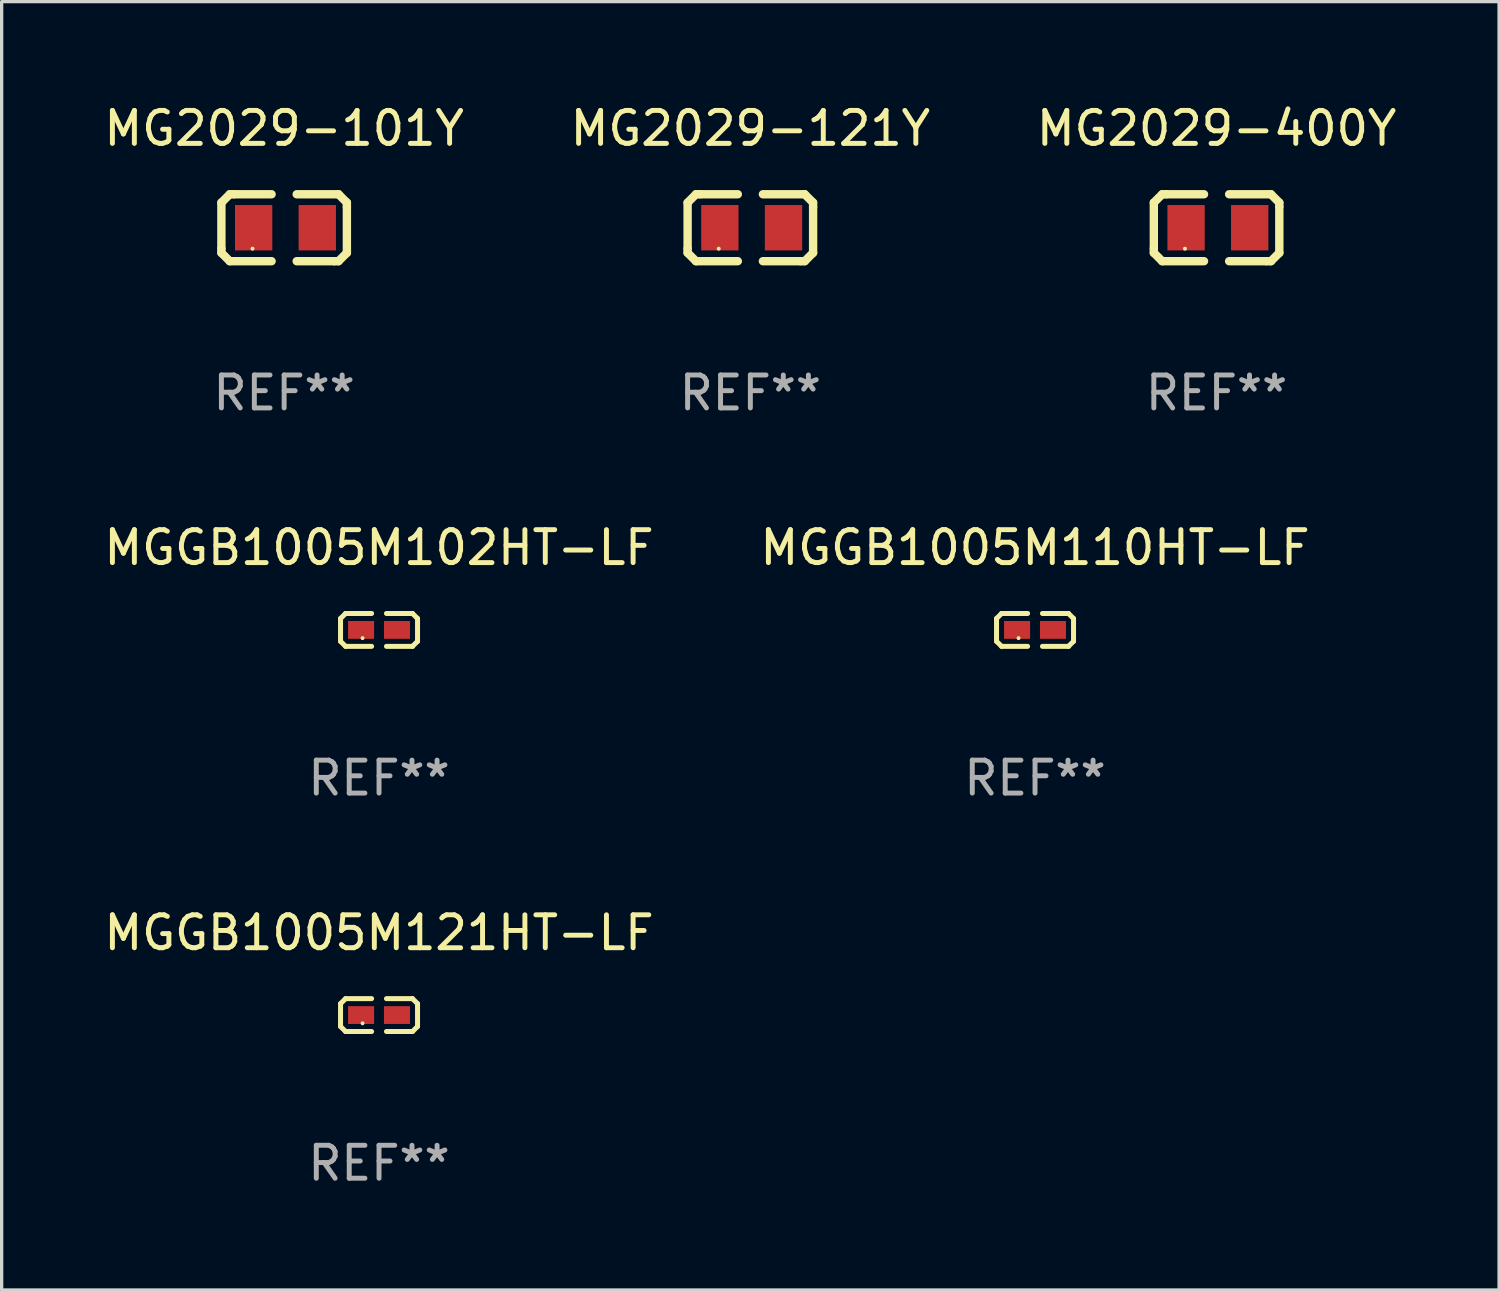
<source format=kicad_pcb>
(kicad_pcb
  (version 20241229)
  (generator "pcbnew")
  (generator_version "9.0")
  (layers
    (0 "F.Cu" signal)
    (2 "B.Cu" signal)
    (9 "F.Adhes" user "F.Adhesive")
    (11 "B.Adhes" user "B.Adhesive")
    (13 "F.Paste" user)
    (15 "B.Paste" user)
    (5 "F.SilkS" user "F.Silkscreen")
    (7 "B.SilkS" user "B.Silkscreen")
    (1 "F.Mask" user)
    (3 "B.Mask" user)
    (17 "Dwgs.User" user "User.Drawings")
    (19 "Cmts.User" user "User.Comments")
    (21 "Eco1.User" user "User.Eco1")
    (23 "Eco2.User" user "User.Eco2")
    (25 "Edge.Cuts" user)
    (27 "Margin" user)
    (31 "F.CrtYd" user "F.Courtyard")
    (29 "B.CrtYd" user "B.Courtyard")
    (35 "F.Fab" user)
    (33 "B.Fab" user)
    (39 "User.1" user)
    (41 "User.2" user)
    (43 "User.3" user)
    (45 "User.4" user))
  (footprint "MG2029-400Y"
    (layer "F.Cu")
    (at 33.887 3.864)
    (property "Reference" "MG2029-400Y" (at 0 -3.016 0) (layer "F.SilkS") (effects (font (size 1 1) (thickness 0.15))))
    (attr through_hole)
    (fp_line (start -1.905 -0.762) (end -1.905 0.635) (stroke (width 0.254) (type solid)) (layer "F.SilkS"))
    (fp_line (start -1.905 0.635) (end -1.905 0.762) (stroke (width 0.254) (type solid)) (layer "F.SilkS"))
    (fp_line (start -1.905 0.762) (end -1.651 1.016) (stroke (width 0.254) (type solid)) (layer "F.SilkS"))
    (fp_line (start -1.651 -1.016) (end -1.905 -0.762) (stroke (width 0.254) (type solid)) (layer "F.SilkS"))
    (fp_line (start -1.651 1.016) (end -0.381 1.016) (stroke (width 0.254) (type solid)) (layer "F.SilkS"))
    (fp_line (start -1.524 -1.016) (end -1.651 -1.016) (stroke (width 0.254) (type solid)) (layer "F.SilkS"))
    (fp_line (start -0.381 -1.016) (end -1.524 -1.016) (stroke (width 0.254) (type solid)) (layer "F.SilkS"))
    (fp_line (start 0.381 1.016) (end 1.524 1.016) (stroke (width 0.254) (type solid)) (layer "F.SilkS"))
    (fp_line (start 1.524 1.016) (end 1.651 1.016) (stroke (width 0.254) (type solid)) (layer "F.SilkS"))
    (fp_line (start 1.651 -1.016) (end 0.381 -1.016) (stroke (width 0.254) (type solid)) (layer "F.SilkS"))
    (fp_line (start 1.651 1.016) (end 1.905 0.762) (stroke (width 0.254) (type solid)) (layer "F.SilkS"))
    (fp_line (start 1.905 -0.762) (end 1.651 -1.016) (stroke (width 0.254) (type solid)) (layer "F.SilkS"))
    (fp_line (start 1.905 -0.635) (end 1.905 -0.762) (stroke (width 0.254) (type solid)) (layer "F.SilkS"))
    (fp_line (start 1.905 0.762) (end 1.905 -0.635) (stroke (width 0.254) (type solid)) (layer "F.SilkS"))
    (fp_circle (center -0.96 0.637) (end -0.93 0.637) (stroke (width 0.06) (type solid)) (fill no) (layer "F.SilkS"))
    (fp_text user "REF**" (at 0 5.016 0) (layer "F.Fab") (effects (font (size 1 1) (thickness 0.15))))
    (pad "1" smd rect (at -0.926 -0.000051) (size 1.133 1.377) (layers "F.Cu" "F.Mask" "F.Paste"))
    (pad "2" smd rect (at 1.006 -0.000051) (size 1.133 1.377) (layers "F.Cu" "F.Mask" "F.Paste")))
  (footprint "MG2029-101Y"
    (layer "F.Cu")
    (at 5.577 3.864)
    (property "Reference" "MG2029-101Y" (at 0 -3.016 0) (layer "F.SilkS") (effects (font (size 1 1) (thickness 0.15))))
    (attr through_hole)
    (fp_line (start -1.905 -0.762) (end -1.905 0.635) (stroke (width 0.254) (type solid)) (layer "F.SilkS"))
    (fp_line (start -1.905 0.635) (end -1.905 0.762) (stroke (width 0.254) (type solid)) (layer "F.SilkS"))
    (fp_line (start -1.905 0.762) (end -1.651 1.016) (stroke (width 0.254) (type solid)) (layer "F.SilkS"))
    (fp_line (start -1.651 -1.016) (end -1.905 -0.762) (stroke (width 0.254) (type solid)) (layer "F.SilkS"))
    (fp_line (start -1.651 1.016) (end -0.381 1.016) (stroke (width 0.254) (type solid)) (layer "F.SilkS"))
    (fp_line (start -1.524 -1.016) (end -1.651 -1.016) (stroke (width 0.254) (type solid)) (layer "F.SilkS"))
    (fp_line (start -0.381 -1.016) (end -1.524 -1.016) (stroke (width 0.254) (type solid)) (layer "F.SilkS"))
    (fp_line (start 0.381 1.016) (end 1.524 1.016) (stroke (width 0.254) (type solid)) (layer "F.SilkS"))
    (fp_line (start 1.524 1.016) (end 1.651 1.016) (stroke (width 0.254) (type solid)) (layer "F.SilkS"))
    (fp_line (start 1.651 -1.016) (end 0.381 -1.016) (stroke (width 0.254) (type solid)) (layer "F.SilkS"))
    (fp_line (start 1.651 1.016) (end 1.905 0.762) (stroke (width 0.254) (type solid)) (layer "F.SilkS"))
    (fp_line (start 1.905 -0.762) (end 1.651 -1.016) (stroke (width 0.254) (type solid)) (layer "F.SilkS"))
    (fp_line (start 1.905 -0.635) (end 1.905 -0.762) (stroke (width 0.254) (type solid)) (layer "F.SilkS"))
    (fp_line (start 1.905 0.762) (end 1.905 -0.635) (stroke (width 0.254) (type solid)) (layer "F.SilkS"))
    (fp_circle (center -0.96 0.637) (end -0.93 0.637) (stroke (width 0.06) (type solid)) (fill no) (layer "F.SilkS"))
    (fp_text user "REF**" (at 0 5.016 0) (layer "F.Fab") (effects (font (size 1 1) (thickness 0.15))))
    (pad "1" smd rect (at -0.926 -0.000051) (size 1.133 1.377) (layers "F.Cu" "F.Mask" "F.Paste"))
    (pad "2" smd rect (at 1.006 -0.000051) (size 1.133 1.377) (layers "F.Cu" "F.Mask" "F.Paste")))
  (footprint "MG2029-121Y"
    (layer "F.Cu")
    (at 19.732 3.864)
    (property "Reference" "MG2029-121Y" (at 0 -3.016 0) (layer "F.SilkS") (effects (font (size 1 1) (thickness 0.15))))
    (attr through_hole)
    (fp_line (start -1.905 -0.762) (end -1.905 0.635) (stroke (width 0.254) (type solid)) (layer "F.SilkS"))
    (fp_line (start -1.905 0.635) (end -1.905 0.762) (stroke (width 0.254) (type solid)) (layer "F.SilkS"))
    (fp_line (start -1.905 0.762) (end -1.651 1.016) (stroke (width 0.254) (type solid)) (layer "F.SilkS"))
    (fp_line (start -1.651 -1.016) (end -1.905 -0.762) (stroke (width 0.254) (type solid)) (layer "F.SilkS"))
    (fp_line (start -1.651 1.016) (end -0.381 1.016) (stroke (width 0.254) (type solid)) (layer "F.SilkS"))
    (fp_line (start -1.524 -1.016) (end -1.651 -1.016) (stroke (width 0.254) (type solid)) (layer "F.SilkS"))
    (fp_line (start -0.381 -1.016) (end -1.524 -1.016) (stroke (width 0.254) (type solid)) (layer "F.SilkS"))
    (fp_line (start 0.381 1.016) (end 1.524 1.016) (stroke (width 0.254) (type solid)) (layer "F.SilkS"))
    (fp_line (start 1.524 1.016) (end 1.651 1.016) (stroke (width 0.254) (type solid)) (layer "F.SilkS"))
    (fp_line (start 1.651 -1.016) (end 0.381 -1.016) (stroke (width 0.254) (type solid)) (layer "F.SilkS"))
    (fp_line (start 1.651 1.016) (end 1.905 0.762) (stroke (width 0.254) (type solid)) (layer "F.SilkS"))
    (fp_line (start 1.905 -0.762) (end 1.651 -1.016) (stroke (width 0.254) (type solid)) (layer "F.SilkS"))
    (fp_line (start 1.905 -0.635) (end 1.905 -0.762) (stroke (width 0.254) (type solid)) (layer "F.SilkS"))
    (fp_line (start 1.905 0.762) (end 1.905 -0.635) (stroke (width 0.254) (type solid)) (layer "F.SilkS"))
    (fp_circle (center -0.96 0.637) (end -0.93 0.637) (stroke (width 0.06) (type solid)) (fill no) (layer "F.SilkS"))
    (fp_text user "REF**" (at 0 5.016 0) (layer "F.Fab") (effects (font (size 1 1) (thickness 0.15))))
    (pad "1" smd rect (at -0.926 -0.000051) (size 1.133 1.377) (layers "F.Cu" "F.Mask" "F.Paste"))
    (pad "2" smd rect (at 1.006 -0.000051) (size 1.133 1.377) (layers "F.Cu" "F.Mask" "F.Paste")))
  (footprint "MGGB1005M110HT-LF"
    (layer "F.Cu")
    (at 28.375 16.075)
    (property "Reference" "MGGB1005M110HT-LF" (at 0 -2.499 0) (layer "F.SilkS") (effects (font (size 1 1) (thickness 0.15))))
    (attr through_hole)
    (fp_line (start -1.169 -0.346) (end -1.016 -0.499) (stroke (width 0.152) (type solid)) (layer "F.SilkS"))
    (fp_line (start -1.169 0.346) (end -1.169 -0.346) (stroke (width 0.152) (type solid)) (layer "F.SilkS"))
    (fp_line (start -1.016 -0.499) (end -0.226 -0.499) (stroke (width 0.152) (type solid)) (layer "F.SilkS"))
    (fp_line (start -1.016 0.499) (end -1.169 0.346) (stroke (width 0.152) (type solid)) (layer "F.SilkS"))
    (fp_line (start -0.226 0.499) (end -1.016 0.499) (stroke (width 0.152) (type solid)) (layer "F.SilkS"))
    (fp_line (start 0.226 0.499) (end 1.016 0.499) (stroke (width 0.152) (type solid)) (layer "F.SilkS"))
    (fp_line (start 1.016 -0.499) (end 0.226 -0.499) (stroke (width 0.152) (type solid)) (layer "F.SilkS"))
    (fp_line (start 1.016 0.499) (end 1.169 0.346) (stroke (width 0.152) (type solid)) (layer "F.SilkS"))
    (fp_line (start 1.169 -0.346) (end 1.016 -0.499) (stroke (width 0.152) (type solid)) (layer "F.SilkS"))
    (fp_line (start 1.169 0.346) (end 1.169 -0.346) (stroke (width 0.152) (type solid)) (layer "F.SilkS"))
    (fp_circle (center -0.5 0.25) (end -0.47 0.25) (stroke (width 0.06) (type solid)) (fill no) (layer "F.SilkS"))
    (fp_text user "REF**" (at 0 4.499 0) (layer "F.Fab") (effects (font (size 1 1) (thickness 0.15))))
    (pad "1" smd rect (at -0.545 0) (size 0.79 0.54) (layers "F.Cu" "F.Mask" "F.Paste"))
    (pad "2" smd rect (at 0.545 0) (size 0.79 0.54) (layers "F.Cu" "F.Mask" "F.Paste")))
  (footprint "MGGB1005M102HT-LF"
    (layer "F.Cu")
    (at 8.458 16.075)
    (property "Reference" "MGGB1005M102HT-LF" (at 0 -2.499 0) (layer "F.SilkS") (effects (font (size 1 1) (thickness 0.15))))
    (attr through_hole)
    (fp_line (start -1.169 -0.346) (end -1.016 -0.499) (stroke (width 0.152) (type solid)) (layer "F.SilkS"))
    (fp_line (start -1.169 0.346) (end -1.169 -0.346) (stroke (width 0.152) (type solid)) (layer "F.SilkS"))
    (fp_line (start -1.016 -0.499) (end -0.226 -0.499) (stroke (width 0.152) (type solid)) (layer "F.SilkS"))
    (fp_line (start -1.016 0.499) (end -1.169 0.346) (stroke (width 0.152) (type solid)) (layer "F.SilkS"))
    (fp_line (start -0.226 0.499) (end -1.016 0.499) (stroke (width 0.152) (type solid)) (layer "F.SilkS"))
    (fp_line (start 0.226 0.499) (end 1.016 0.499) (stroke (width 0.152) (type solid)) (layer "F.SilkS"))
    (fp_line (start 1.016 -0.499) (end 0.226 -0.499) (stroke (width 0.152) (type solid)) (layer "F.SilkS"))
    (fp_line (start 1.016 0.499) (end 1.169 0.346) (stroke (width 0.152) (type solid)) (layer "F.SilkS"))
    (fp_line (start 1.169 -0.346) (end 1.016 -0.499) (stroke (width 0.152) (type solid)) (layer "F.SilkS"))
    (fp_line (start 1.169 0.346) (end 1.169 -0.346) (stroke (width 0.152) (type solid)) (layer "F.SilkS"))
    (fp_circle (center -0.5 0.25) (end -0.47 0.25) (stroke (width 0.06) (type solid)) (fill no) (layer "F.SilkS"))
    (fp_text user "REF**" (at 0 4.499 0) (layer "F.Fab") (effects (font (size 1 1) (thickness 0.15))))
    (pad "1" smd rect (at -0.545 0) (size 0.79 0.54) (layers "F.Cu" "F.Mask" "F.Paste"))
    (pad "2" smd rect (at 0.545 0) (size 0.79 0.54) (layers "F.Cu" "F.Mask" "F.Paste")))
  (footprint "MGGB1005M121HT-LF"
    (layer "F.Cu")
    (at 8.458 27.769)
    (property "Reference" "MGGB1005M121HT-LF" (at 0 -2.499 0) (layer "F.SilkS") (effects (font (size 1 1) (thickness 0.15))))
    (attr through_hole)
    (fp_line (start -1.169 -0.346) (end -1.016 -0.499) (stroke (width 0.152) (type solid)) (layer "F.SilkS"))
    (fp_line (start -1.169 0.346) (end -1.169 -0.346) (stroke (width 0.152) (type solid)) (layer "F.SilkS"))
    (fp_line (start -1.016 -0.499) (end -0.226 -0.499) (stroke (width 0.152) (type solid)) (layer "F.SilkS"))
    (fp_line (start -1.016 0.499) (end -1.169 0.346) (stroke (width 0.152) (type solid)) (layer "F.SilkS"))
    (fp_line (start -0.226 0.499) (end -1.016 0.499) (stroke (width 0.152) (type solid)) (layer "F.SilkS"))
    (fp_line (start 0.226 0.499) (end 1.016 0.499) (stroke (width 0.152) (type solid)) (layer "F.SilkS"))
    (fp_line (start 1.016 -0.499) (end 0.226 -0.499) (stroke (width 0.152) (type solid)) (layer "F.SilkS"))
    (fp_line (start 1.016 0.499) (end 1.169 0.346) (stroke (width 0.152) (type solid)) (layer "F.SilkS"))
    (fp_line (start 1.169 -0.346) (end 1.016 -0.499) (stroke (width 0.152) (type solid)) (layer "F.SilkS"))
    (fp_line (start 1.169 0.346) (end 1.169 -0.346) (stroke (width 0.152) (type solid)) (layer "F.SilkS"))
    (fp_circle (center -0.5 0.25) (end -0.47 0.25) (stroke (width 0.06) (type solid)) (fill no) (layer "F.SilkS"))
    (fp_text user "REF**" (at 0 4.499 0) (layer "F.Fab") (effects (font (size 1 1) (thickness 0.15))))
    (pad "1" smd rect (at -0.545 0) (size 0.79 0.54) (layers "F.Cu" "F.Mask" "F.Paste"))
    (pad "2" smd rect (at 0.545 0) (size 0.79 0.54) (layers "F.Cu" "F.Mask" "F.Paste")))
  (gr_rect
    (start -3 -3)
    (end 42.464 36.116)
    (stroke (width 0.1) (type default))
    (fill no)
    (layer "Edge.Cuts")))
</source>
